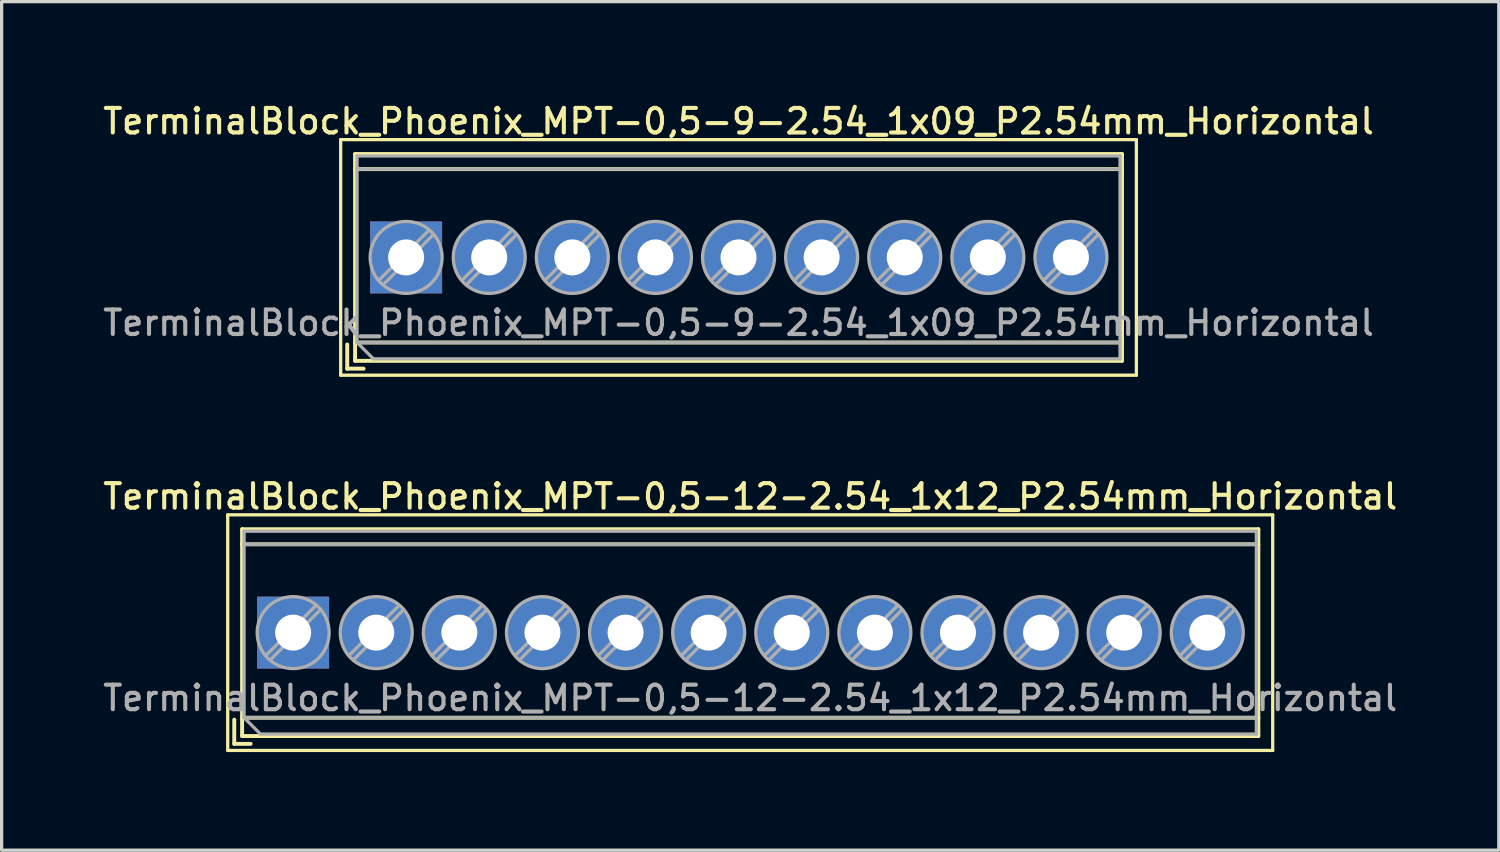
<source format=kicad_pcb>
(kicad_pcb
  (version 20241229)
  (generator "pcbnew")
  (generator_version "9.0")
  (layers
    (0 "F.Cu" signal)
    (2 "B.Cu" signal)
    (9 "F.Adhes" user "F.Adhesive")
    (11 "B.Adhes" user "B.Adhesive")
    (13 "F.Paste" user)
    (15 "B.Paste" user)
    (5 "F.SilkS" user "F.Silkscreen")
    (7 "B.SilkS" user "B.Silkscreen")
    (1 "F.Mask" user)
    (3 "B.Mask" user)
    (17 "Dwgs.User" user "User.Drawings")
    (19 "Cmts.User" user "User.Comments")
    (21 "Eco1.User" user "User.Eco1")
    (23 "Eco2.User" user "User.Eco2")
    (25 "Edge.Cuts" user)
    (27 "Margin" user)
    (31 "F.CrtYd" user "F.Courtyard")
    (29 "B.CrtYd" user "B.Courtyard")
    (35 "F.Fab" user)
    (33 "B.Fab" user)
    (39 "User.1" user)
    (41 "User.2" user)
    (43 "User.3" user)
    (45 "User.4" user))
  (footprint "TerminalBlock_Phoenix_MPT-0,5-9-2.54_1x09_P2.54mm_Horizontal"
    (layer "F.Cu")
    (at 9.363 4.818)
    (property "Reference" "TerminalBlock_Phoenix_MPT-0,5-9-2.54_1x09_P2.54mm_Horizontal" (at 10.16 -4.16 0) (layer "F.SilkS") (effects (font (size 0.75 0.75) (thickness 0.125))))
    (attr through_hole)
    (fp_line (start -2 -3.6) (end -2 3.6) (stroke (width 0.1) (type solid)) (layer "F.SilkS"))
    (fp_line (start -2 3.6) (end 22.32 3.6) (stroke (width 0.1) (type solid)) (layer "F.SilkS"))
    (fp_line (start -1.8 2.66) (end -1.8 3.4) (stroke (width 0.12) (type solid)) (layer "F.SilkS"))
    (fp_line (start -1.8 3.4) (end -1.3 3.4) (stroke (width 0.12) (type solid)) (layer "F.SilkS"))
    (fp_line (start -1.56 -3.16) (end -1.56 3.16) (stroke (width 0.12) (type solid)) (layer "F.SilkS"))
    (fp_line (start -1.56 -3.16) (end 21.881 -3.16) (stroke (width 0.12) (type solid)) (layer "F.SilkS"))
    (fp_line (start -1.56 -2.7) (end 21.881 -2.7) (stroke (width 0.12) (type solid)) (layer "F.SilkS"))
    (fp_line (start -1.56 2.6) (end 21.881 2.6) (stroke (width 0.12) (type solid)) (layer "F.SilkS"))
    (fp_line (start -1.56 3.16) (end 21.881 3.16) (stroke (width 0.12) (type solid)) (layer "F.SilkS"))
    (fp_line (start 21.881 -3.16) (end 21.881 3.16) (stroke (width 0.12) (type solid)) (layer "F.SilkS"))
    (fp_line (start 22.32 -3.6) (end -2 -3.6) (stroke (width 0.1) (type solid)) (layer "F.SilkS"))
    (fp_line (start 22.32 3.6) (end 22.32 -3.6) (stroke (width 0.1) (type solid)) (layer "F.SilkS"))
    (fp_line (start -1.5 -3.1) (end 21.82 -3.1) (stroke (width 0.1) (type solid)) (layer "F.Fab"))
    (fp_line (start -1.5 -2.7) (end 21.82 -2.7) (stroke (width 0.1) (type solid)) (layer "F.Fab"))
    (fp_line (start -1.5 2.6) (end -1.5 -3.1) (stroke (width 0.1) (type solid)) (layer "F.Fab"))
    (fp_line (start -1.5 2.6) (end 21.82 2.6) (stroke (width 0.1) (type solid)) (layer "F.Fab"))
    (fp_line (start -1 3.1) (end -1.5 2.6) (stroke (width 0.1) (type solid)) (layer "F.Fab"))
    (fp_line (start 0.701 -0.835) (end -0.835 0.7) (stroke (width 0.1) (type solid)) (layer "F.Fab"))
    (fp_line (start 0.835 -0.7) (end -0.701 0.835) (stroke (width 0.1) (type solid)) (layer "F.Fab"))
    (fp_line (start 3.241 -0.835) (end 1.706 0.7) (stroke (width 0.1) (type solid)) (layer "F.Fab"))
    (fp_line (start 3.375 -0.7) (end 1.84 0.835) (stroke (width 0.1) (type solid)) (layer "F.Fab"))
    (fp_line (start 5.781 -0.835) (end 4.246 0.7) (stroke (width 0.1) (type solid)) (layer "F.Fab"))
    (fp_line (start 5.915 -0.7) (end 4.38 0.835) (stroke (width 0.1) (type solid)) (layer "F.Fab"))
    (fp_line (start 8.321 -0.835) (end 6.786 0.7) (stroke (width 0.1) (type solid)) (layer "F.Fab"))
    (fp_line (start 8.455 -0.7) (end 6.92 0.835) (stroke (width 0.1) (type solid)) (layer "F.Fab"))
    (fp_line (start 10.861 -0.835) (end 9.326 0.7) (stroke (width 0.1) (type solid)) (layer "F.Fab"))
    (fp_line (start 10.995 -0.7) (end 9.46 0.835) (stroke (width 0.1) (type solid)) (layer "F.Fab"))
    (fp_line (start 13.401 -0.835) (end 11.866 0.7) (stroke (width 0.1) (type solid)) (layer "F.Fab"))
    (fp_line (start 13.535 -0.7) (end 12 0.835) (stroke (width 0.1) (type solid)) (layer "F.Fab"))
    (fp_line (start 15.941 -0.835) (end 14.406 0.7) (stroke (width 0.1) (type solid)) (layer "F.Fab"))
    (fp_line (start 16.075 -0.7) (end 14.54 0.835) (stroke (width 0.1) (type solid)) (layer "F.Fab"))
    (fp_line (start 18.481 -0.835) (end 16.946 0.7) (stroke (width 0.1) (type solid)) (layer "F.Fab"))
    (fp_line (start 18.615 -0.7) (end 17.08 0.835) (stroke (width 0.1) (type solid)) (layer "F.Fab"))
    (fp_line (start 21.021 -0.835) (end 19.486 0.7) (stroke (width 0.1) (type solid)) (layer "F.Fab"))
    (fp_line (start 21.155 -0.7) (end 19.62 0.835) (stroke (width 0.1) (type solid)) (layer "F.Fab"))
    (fp_line (start 21.82 -3.1) (end 21.82 3.1) (stroke (width 0.1) (type solid)) (layer "F.Fab"))
    (fp_line (start 21.82 3.1) (end -1 3.1) (stroke (width 0.1) (type solid)) (layer "F.Fab"))
    (fp_circle (center 0 0) (end 1.1 0) (stroke (width 0.1) (type solid)) (fill no) (layer "F.Fab"))
    (fp_circle (center 2.54 0) (end 3.64 0) (stroke (width 0.1) (type solid)) (fill no) (layer "F.Fab"))
    (fp_circle (center 5.08 0) (end 6.18 0) (stroke (width 0.1) (type solid)) (fill no) (layer "F.Fab"))
    (fp_circle (center 7.62 0) (end 8.72 0) (stroke (width 0.1) (type solid)) (fill no) (layer "F.Fab"))
    (fp_circle (center 10.16 0) (end 11.26 0) (stroke (width 0.1) (type solid)) (fill no) (layer "F.Fab"))
    (fp_circle (center 12.7 0) (end 13.8 0) (stroke (width 0.1) (type solid)) (fill no) (layer "F.Fab"))
    (fp_circle (center 15.24 0) (end 16.34 0) (stroke (width 0.1) (type solid)) (fill no) (layer "F.Fab"))
    (fp_circle (center 17.78 0) (end 18.88 0) (stroke (width 0.1) (type solid)) (fill no) (layer "F.Fab"))
    (fp_circle (center 20.32 0) (end 21.42 0) (stroke (width 0.1) (type solid)) (fill no) (layer "F.Fab"))
    (fp_text user "${REFERENCE}" (at 10.16 2 0) (layer "F.Fab") (effects (font (size 0.75 0.75) (thickness 0.125))))
    (pad "1" thru_hole rect (at 0 0) (size 2.2 2.2) (drill 1.1) (layers "*.Cu" "*.Mask"))
    (pad "2" thru_hole circle (at 2.54 0) (size 2.2 2.2) (drill 1.1) (layers "*.Cu" "*.Mask"))
    (pad "3" thru_hole circle (at 5.08 0) (size 2.2 2.2) (drill 1.1) (layers "*.Cu" "*.Mask"))
    (pad "4" thru_hole circle (at 7.62 0) (size 2.2 2.2) (drill 1.1) (layers "*.Cu" "*.Mask"))
    (pad "5" thru_hole circle (at 10.16 0) (size 2.2 2.2) (drill 1.1) (layers "*.Cu" "*.Mask"))
    (pad "6" thru_hole circle (at 12.7 0) (size 2.2 2.2) (drill 1.1) (layers "*.Cu" "*.Mask"))
    (pad "7" thru_hole circle (at 15.24 0) (size 2.2 2.2) (drill 1.1) (layers "*.Cu" "*.Mask"))
    (pad "8" thru_hole circle (at 17.78 0) (size 2.2 2.2) (drill 1.1) (layers "*.Cu" "*.Mask"))
    (pad "9" thru_hole circle (at 20.32 0) (size 2.2 2.2) (drill 1.1) (layers "*.Cu" "*.Mask")))
  (footprint "TerminalBlock_Phoenix_MPT-0,5-12-2.54_1x12_P2.54mm_Horizontal"
    (layer "F.Cu")
    (at 5.91 16.286)
    (property "Reference" "TerminalBlock_Phoenix_MPT-0,5-12-2.54_1x12_P2.54mm_Horizontal" (at 13.97 -4.16 0) (layer "F.SilkS") (effects (font (size 0.75 0.75) (thickness 0.125))))
    (attr through_hole)
    (fp_line (start -2 -3.6) (end -2 3.6) (stroke (width 0.1) (type solid)) (layer "F.SilkS"))
    (fp_line (start -2 3.6) (end 29.94 3.6) (stroke (width 0.1) (type solid)) (layer "F.SilkS"))
    (fp_line (start -1.8 2.66) (end -1.8 3.4) (stroke (width 0.12) (type solid)) (layer "F.SilkS"))
    (fp_line (start -1.8 3.4) (end -1.3 3.4) (stroke (width 0.12) (type solid)) (layer "F.SilkS"))
    (fp_line (start -1.56 -3.16) (end -1.56 3.16) (stroke (width 0.12) (type solid)) (layer "F.SilkS"))
    (fp_line (start -1.56 -3.16) (end 29.501 -3.16) (stroke (width 0.12) (type solid)) (layer "F.SilkS"))
    (fp_line (start -1.56 -2.7) (end 29.501 -2.7) (stroke (width 0.12) (type solid)) (layer "F.SilkS"))
    (fp_line (start -1.56 2.6) (end 29.501 2.6) (stroke (width 0.12) (type solid)) (layer "F.SilkS"))
    (fp_line (start -1.56 3.16) (end 29.501 3.16) (stroke (width 0.12) (type solid)) (layer "F.SilkS"))
    (fp_line (start 29.501 -3.16) (end 29.501 3.16) (stroke (width 0.12) (type solid)) (layer "F.SilkS"))
    (fp_line (start 29.94 -3.6) (end -2 -3.6) (stroke (width 0.1) (type solid)) (layer "F.SilkS"))
    (fp_line (start 29.94 3.6) (end 29.94 -3.6) (stroke (width 0.1) (type solid)) (layer "F.SilkS"))
    (fp_line (start -1.5 -3.1) (end 29.44 -3.1) (stroke (width 0.1) (type solid)) (layer "F.Fab"))
    (fp_line (start -1.5 -2.7) (end 29.44 -2.7) (stroke (width 0.1) (type solid)) (layer "F.Fab"))
    (fp_line (start -1.5 2.6) (end -1.5 -3.1) (stroke (width 0.1) (type solid)) (layer "F.Fab"))
    (fp_line (start -1.5 2.6) (end 29.44 2.6) (stroke (width 0.1) (type solid)) (layer "F.Fab"))
    (fp_line (start -1 3.1) (end -1.5 2.6) (stroke (width 0.1) (type solid)) (layer "F.Fab"))
    (fp_line (start 0.701 -0.835) (end -0.835 0.7) (stroke (width 0.1) (type solid)) (layer "F.Fab"))
    (fp_line (start 0.835 -0.7) (end -0.701 0.835) (stroke (width 0.1) (type solid)) (layer "F.Fab"))
    (fp_line (start 3.241 -0.835) (end 1.706 0.7) (stroke (width 0.1) (type solid)) (layer "F.Fab"))
    (fp_line (start 3.375 -0.7) (end 1.84 0.835) (stroke (width 0.1) (type solid)) (layer "F.Fab"))
    (fp_line (start 5.781 -0.835) (end 4.246 0.7) (stroke (width 0.1) (type solid)) (layer "F.Fab"))
    (fp_line (start 5.915 -0.7) (end 4.38 0.835) (stroke (width 0.1) (type solid)) (layer "F.Fab"))
    (fp_line (start 8.321 -0.835) (end 6.786 0.7) (stroke (width 0.1) (type solid)) (layer "F.Fab"))
    (fp_line (start 8.455 -0.7) (end 6.92 0.835) (stroke (width 0.1) (type solid)) (layer "F.Fab"))
    (fp_line (start 10.861 -0.835) (end 9.326 0.7) (stroke (width 0.1) (type solid)) (layer "F.Fab"))
    (fp_line (start 10.995 -0.7) (end 9.46 0.835) (stroke (width 0.1) (type solid)) (layer "F.Fab"))
    (fp_line (start 13.401 -0.835) (end 11.866 0.7) (stroke (width 0.1) (type solid)) (layer "F.Fab"))
    (fp_line (start 13.535 -0.7) (end 12 0.835) (stroke (width 0.1) (type solid)) (layer "F.Fab"))
    (fp_line (start 15.941 -0.835) (end 14.406 0.7) (stroke (width 0.1) (type solid)) (layer "F.Fab"))
    (fp_line (start 16.075 -0.7) (end 14.54 0.835) (stroke (width 0.1) (type solid)) (layer "F.Fab"))
    (fp_line (start 18.481 -0.835) (end 16.946 0.7) (stroke (width 0.1) (type solid)) (layer "F.Fab"))
    (fp_line (start 18.615 -0.7) (end 17.08 0.835) (stroke (width 0.1) (type solid)) (layer "F.Fab"))
    (fp_line (start 21.021 -0.835) (end 19.486 0.7) (stroke (width 0.1) (type solid)) (layer "F.Fab"))
    (fp_line (start 21.155 -0.7) (end 19.62 0.835) (stroke (width 0.1) (type solid)) (layer "F.Fab"))
    (fp_line (start 23.561 -0.835) (end 22.026 0.7) (stroke (width 0.1) (type solid)) (layer "F.Fab"))
    (fp_line (start 23.695 -0.7) (end 22.16 0.835) (stroke (width 0.1) (type solid)) (layer "F.Fab"))
    (fp_line (start 26.101 -0.835) (end 24.566 0.7) (stroke (width 0.1) (type solid)) (layer "F.Fab"))
    (fp_line (start 26.235 -0.7) (end 24.7 0.835) (stroke (width 0.1) (type solid)) (layer "F.Fab"))
    (fp_line (start 28.641 -0.835) (end 27.106 0.7) (stroke (width 0.1) (type solid)) (layer "F.Fab"))
    (fp_line (start 28.775 -0.7) (end 27.24 0.835) (stroke (width 0.1) (type solid)) (layer "F.Fab"))
    (fp_line (start 29.44 -3.1) (end 29.44 3.1) (stroke (width 0.1) (type solid)) (layer "F.Fab"))
    (fp_line (start 29.44 3.1) (end -1 3.1) (stroke (width 0.1) (type solid)) (layer "F.Fab"))
    (fp_circle (center 0 0) (end 1.1 0) (stroke (width 0.1) (type solid)) (fill no) (layer "F.Fab"))
    (fp_circle (center 2.54 0) (end 3.64 0) (stroke (width 0.1) (type solid)) (fill no) (layer "F.Fab"))
    (fp_circle (center 5.08 0) (end 6.18 0) (stroke (width 0.1) (type solid)) (fill no) (layer "F.Fab"))
    (fp_circle (center 7.62 0) (end 8.72 0) (stroke (width 0.1) (type solid)) (fill no) (layer "F.Fab"))
    (fp_circle (center 10.16 0) (end 11.26 0) (stroke (width 0.1) (type solid)) (fill no) (layer "F.Fab"))
    (fp_circle (center 12.7 0) (end 13.8 0) (stroke (width 0.1) (type solid)) (fill no) (layer "F.Fab"))
    (fp_circle (center 15.24 0) (end 16.34 0) (stroke (width 0.1) (type solid)) (fill no) (layer "F.Fab"))
    (fp_circle (center 17.78 0) (end 18.88 0) (stroke (width 0.1) (type solid)) (fill no) (layer "F.Fab"))
    (fp_circle (center 20.32 0) (end 21.42 0) (stroke (width 0.1) (type solid)) (fill no) (layer "F.Fab"))
    (fp_circle (center 22.86 0) (end 23.96 0) (stroke (width 0.1) (type solid)) (fill no) (layer "F.Fab"))
    (fp_circle (center 25.4 0) (end 26.5 0) (stroke (width 0.1) (type solid)) (fill no) (layer "F.Fab"))
    (fp_circle (center 27.94 0) (end 29.04 0) (stroke (width 0.1) (type solid)) (fill no) (layer "F.Fab"))
    (fp_text user "${REFERENCE}" (at 13.97 2 0) (layer "F.Fab") (effects (font (size 0.75 0.75) (thickness 0.125))))
    (pad "1" thru_hole rect (at 0 0) (size 2.2 2.2) (drill 1.1) (layers "*.Cu" "*.Mask"))
    (pad "2" thru_hole circle (at 2.54 0) (size 2.2 2.2) (drill 1.1) (layers "*.Cu" "*.Mask"))
    (pad "3" thru_hole circle (at 5.08 0) (size 2.2 2.2) (drill 1.1) (layers "*.Cu" "*.Mask"))
    (pad "4" thru_hole circle (at 7.62 0) (size 2.2 2.2) (drill 1.1) (layers "*.Cu" "*.Mask"))
    (pad "5" thru_hole circle (at 10.16 0) (size 2.2 2.2) (drill 1.1) (layers "*.Cu" "*.Mask"))
    (pad "6" thru_hole circle (at 12.7 0) (size 2.2 2.2) (drill 1.1) (layers "*.Cu" "*.Mask"))
    (pad "7" thru_hole circle (at 15.24 0) (size 2.2 2.2) (drill 1.1) (layers "*.Cu" "*.Mask"))
    (pad "8" thru_hole circle (at 17.78 0) (size 2.2 2.2) (drill 1.1) (layers "*.Cu" "*.Mask"))
    (pad "9" thru_hole circle (at 20.32 0) (size 2.2 2.2) (drill 1.1) (layers "*.Cu" "*.Mask"))
    (pad "10" thru_hole circle (at 22.86 0) (size 2.2 2.2) (drill 1.1) (layers "*.Cu" "*.Mask"))
    (pad "11" thru_hole circle (at 25.4 0) (size 2.2 2.2) (drill 1.1) (layers "*.Cu" "*.Mask"))
    (pad "12" thru_hole circle (at 27.94 0) (size 2.2 2.2) (drill 1.1) (layers "*.Cu" "*.Mask")))
  (gr_rect
    (start -3 -3)
    (end 42.761 22.936)
    (stroke (width 0.1) (type default))
    (fill no)
    (layer "Edge.Cuts")))
</source>
